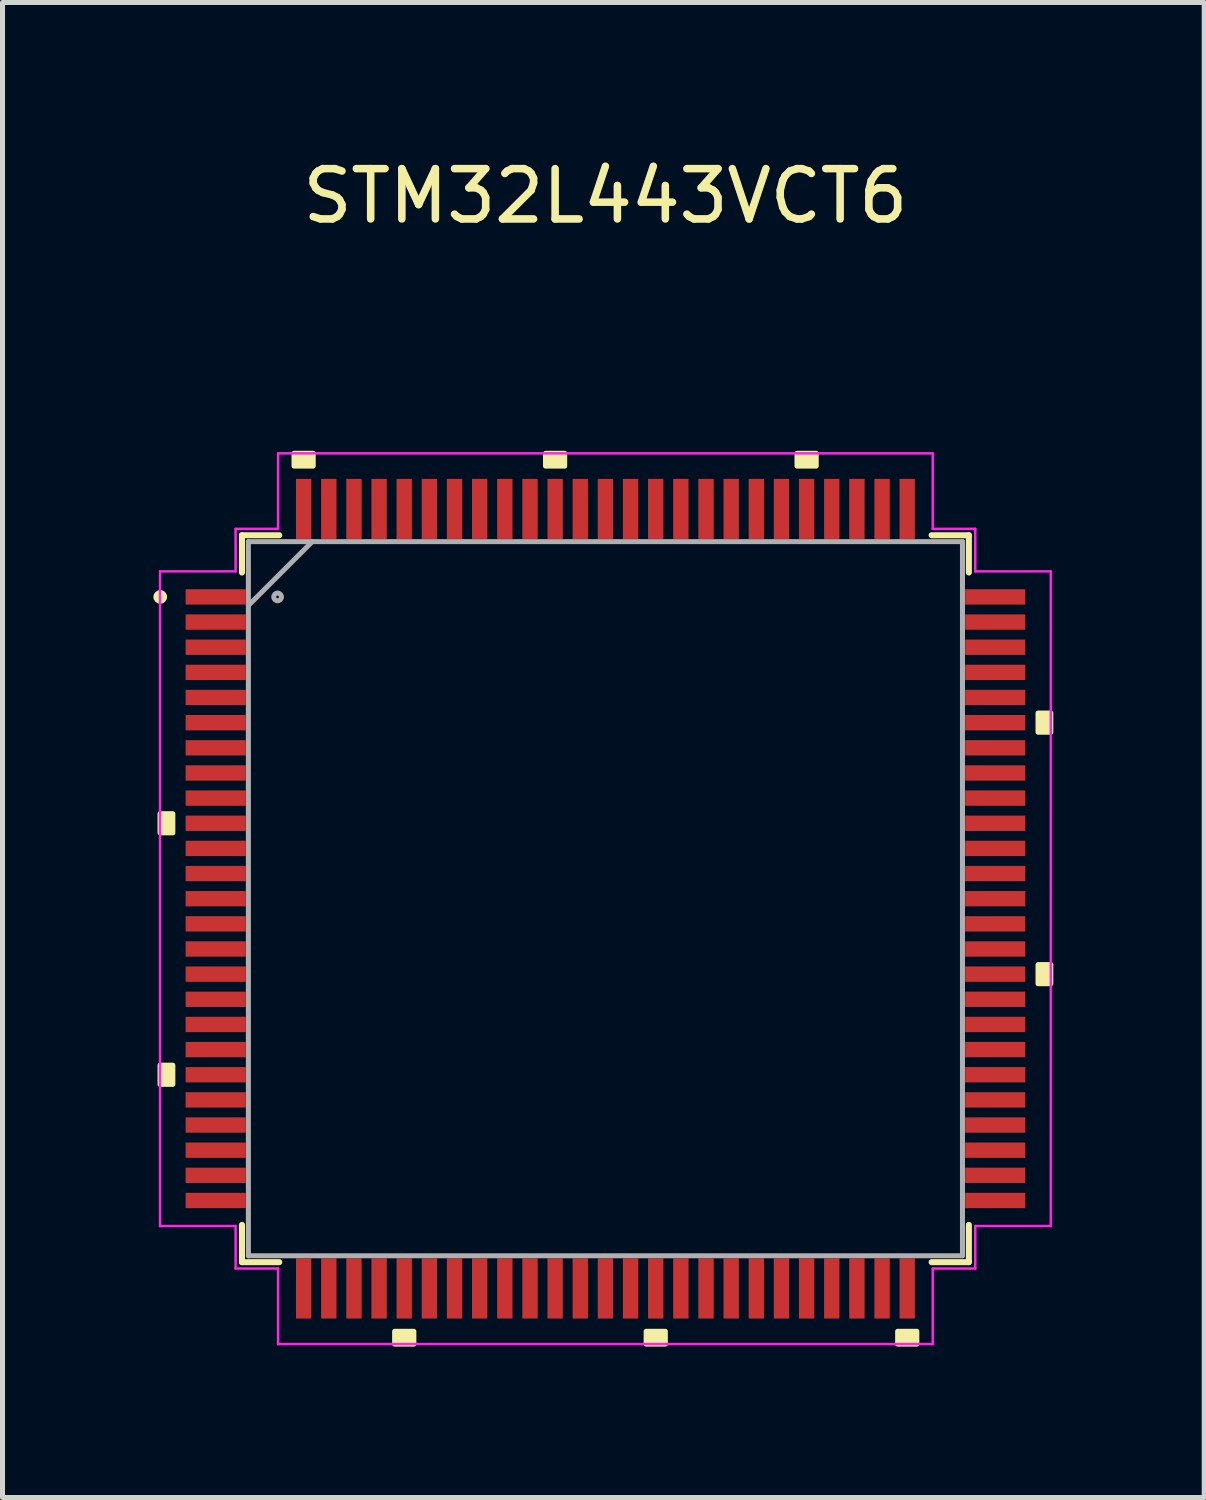
<source format=kicad_pcb>
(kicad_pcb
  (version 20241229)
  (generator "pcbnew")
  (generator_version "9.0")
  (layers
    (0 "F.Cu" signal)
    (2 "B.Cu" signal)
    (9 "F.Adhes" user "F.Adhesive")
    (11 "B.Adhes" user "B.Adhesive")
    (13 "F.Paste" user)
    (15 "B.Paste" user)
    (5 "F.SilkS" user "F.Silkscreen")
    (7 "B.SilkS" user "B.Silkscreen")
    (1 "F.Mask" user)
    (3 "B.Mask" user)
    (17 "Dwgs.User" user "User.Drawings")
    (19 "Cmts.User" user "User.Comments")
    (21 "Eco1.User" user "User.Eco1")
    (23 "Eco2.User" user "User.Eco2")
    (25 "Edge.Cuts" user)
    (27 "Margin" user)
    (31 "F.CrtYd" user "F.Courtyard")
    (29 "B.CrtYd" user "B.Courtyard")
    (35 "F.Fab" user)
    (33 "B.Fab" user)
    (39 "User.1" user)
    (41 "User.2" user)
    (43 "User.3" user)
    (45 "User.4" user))
  (footprint "STM32L443VCT6"
    (layer "F.Cu")
    (at 8.987 14.818)
    (property "Reference" "STM32L443VCT6" (at 0 -13.97 0) (layer "F.SilkS") (effects (font (size 1 1) (thickness 0.15))))
    (attr through_hole)
    (fp_line (start -7.226 -7.226) (end -7.226 -6.485) (stroke (width 0.12) (type solid)) (layer "F.SilkS"))
    (fp_line (start -7.226 6.485) (end -7.226 7.226) (stroke (width 0.12) (type solid)) (layer "F.SilkS"))
    (fp_line (start -7.226 7.226) (end -6.485 7.226) (stroke (width 0.12) (type solid)) (layer "F.SilkS"))
    (fp_line (start -6.485 -7.226) (end -7.226 -7.226) (stroke (width 0.12) (type solid)) (layer "F.SilkS"))
    (fp_line (start 6.485 7.226) (end 7.226 7.226) (stroke (width 0.12) (type solid)) (layer "F.SilkS"))
    (fp_line (start 7.226 -7.226) (end 6.485 -7.226) (stroke (width 0.12) (type solid)) (layer "F.SilkS"))
    (fp_line (start 7.226 -6.485) (end 7.226 -7.226) (stroke (width 0.12) (type solid)) (layer "F.SilkS"))
    (fp_line (start 7.226 7.226) (end 7.226 6.485) (stroke (width 0.12) (type solid)) (layer "F.SilkS"))
    (fp_circle (center -8.851 -6) (end -8.775 -6) (stroke (width 0.12) (type solid)) (fill no) (layer "F.SilkS"))
    (fp_poly (pts (xy -8.855 -1.69) (xy -8.855 -1.31) (xy -8.601 -1.31) (xy -8.601 -1.69)) (stroke (width 0.1) (type solid)) (fill yes) (layer "F.SilkS"))
    (fp_poly (pts (xy -8.855 3.31) (xy -8.855 3.691) (xy -8.601 3.691) (xy -8.601 3.31)) (stroke (width 0.1) (type solid)) (fill yes) (layer "F.SilkS"))
    (fp_poly (pts (xy -6.191 -8.601) (xy -6.191 -8.855) (xy -5.81 -8.855) (xy -5.81 -8.601)) (stroke (width 0.1) (type solid)) (fill yes) (layer "F.SilkS"))
    (fp_poly (pts (xy -4.191 8.601) (xy -4.191 8.855) (xy -3.809 8.855) (xy -3.809 8.601)) (stroke (width 0.1) (type solid)) (fill yes) (layer "F.SilkS"))
    (fp_poly (pts (xy -1.191 -8.601) (xy -1.191 -8.855) (xy -0.81 -8.855) (xy -0.81 -8.601)) (stroke (width 0.1) (type solid)) (fill yes) (layer "F.SilkS"))
    (fp_poly (pts (xy 0.81 8.601) (xy 0.81 8.855) (xy 1.191 8.855) (xy 1.191 8.601)) (stroke (width 0.1) (type solid)) (fill yes) (layer "F.SilkS"))
    (fp_poly (pts (xy 3.809 -8.601) (xy 3.809 -8.855) (xy 4.191 -8.855) (xy 4.191 -8.601)) (stroke (width 0.1) (type solid)) (fill yes) (layer "F.SilkS"))
    (fp_poly (pts (xy 5.81 8.601) (xy 5.81 8.855) (xy 6.191 8.855) (xy 6.191 8.601)) (stroke (width 0.1) (type solid)) (fill yes) (layer "F.SilkS"))
    (fp_poly (pts (xy 8.855 -3.691) (xy 8.855 -3.31) (xy 8.601 -3.31) (xy 8.601 -3.691)) (stroke (width 0.1) (type solid)) (fill yes) (layer "F.SilkS"))
    (fp_poly (pts (xy 8.855 1.31) (xy 8.855 1.69) (xy 8.601 1.69) (xy 8.601 1.31)) (stroke (width 0.1) (type solid)) (fill yes) (layer "F.SilkS"))
    (fp_line (start -8.855 -6.508) (end -7.353 -6.508) (stroke (width 0.05) (type solid)) (layer "F.CrtYd"))
    (fp_line (start -8.855 6.508) (end -8.855 -6.508) (stroke (width 0.05) (type solid)) (layer "F.CrtYd"))
    (fp_line (start -7.353 -7.353) (end -6.508 -7.353) (stroke (width 0.05) (type solid)) (layer "F.CrtYd"))
    (fp_line (start -7.353 -6.508) (end -7.353 -7.353) (stroke (width 0.05) (type solid)) (layer "F.CrtYd"))
    (fp_line (start -7.353 6.508) (end -8.855 6.508) (stroke (width 0.05) (type solid)) (layer "F.CrtYd"))
    (fp_line (start -7.353 7.353) (end -7.353 6.508) (stroke (width 0.05) (type solid)) (layer "F.CrtYd"))
    (fp_line (start -6.508 -8.855) (end 6.508 -8.855) (stroke (width 0.05) (type solid)) (layer "F.CrtYd"))
    (fp_line (start -6.508 -7.353) (end -6.508 -8.855) (stroke (width 0.05) (type solid)) (layer "F.CrtYd"))
    (fp_line (start -6.508 7.353) (end -7.353 7.353) (stroke (width 0.05) (type solid)) (layer "F.CrtYd"))
    (fp_line (start -6.508 8.855) (end -6.508 7.353) (stroke (width 0.05) (type solid)) (layer "F.CrtYd"))
    (fp_line (start 6.508 -8.855) (end 6.508 -7.353) (stroke (width 0.05) (type solid)) (layer "F.CrtYd"))
    (fp_line (start 6.508 -7.353) (end 7.353 -7.353) (stroke (width 0.05) (type solid)) (layer "F.CrtYd"))
    (fp_line (start 6.508 7.353) (end 6.508 8.855) (stroke (width 0.05) (type solid)) (layer "F.CrtYd"))
    (fp_line (start 6.508 8.855) (end -6.508 8.855) (stroke (width 0.05) (type solid)) (layer "F.CrtYd"))
    (fp_line (start 7.353 -7.353) (end 7.353 -6.508) (stroke (width 0.05) (type solid)) (layer "F.CrtYd"))
    (fp_line (start 7.353 -6.508) (end 8.855 -6.508) (stroke (width 0.05) (type solid)) (layer "F.CrtYd"))
    (fp_line (start 7.353 6.508) (end 7.353 7.353) (stroke (width 0.05) (type solid)) (layer "F.CrtYd"))
    (fp_line (start 7.353 7.353) (end 6.508 7.353) (stroke (width 0.05) (type solid)) (layer "F.CrtYd"))
    (fp_line (start 8.855 -6.508) (end 8.855 6.508) (stroke (width 0.05) (type solid)) (layer "F.CrtYd"))
    (fp_line (start 8.855 6.508) (end 7.353 6.508) (stroke (width 0.05) (type solid)) (layer "F.CrtYd"))
    (fp_line (start -7.099 -7.099) (end -7.099 7.099) (stroke (width 0.1) (type solid)) (layer "F.Fab"))
    (fp_line (start -7.099 -5.829) (end -5.829 -7.099) (stroke (width 0.1) (type solid)) (layer "F.Fab"))
    (fp_line (start -7.099 7.099) (end 7.099 7.099) (stroke (width 0.1) (type solid)) (layer "F.Fab"))
    (fp_line (start 7.099 -7.099) (end -7.099 -7.099) (stroke (width 0.1) (type solid)) (layer "F.Fab"))
    (fp_line (start 7.099 7.099) (end 7.099 -7.099) (stroke (width 0.1) (type solid)) (layer "F.Fab"))
    (fp_circle (center -6.518 -6) (end -6.442 -6) (stroke (width 0.1) (type solid)) (fill no) (layer "F.Fab"))
    (pad "1" smd rect (at -7.75 -6) (size 1.194 0.305) (layers "F.Cu" "F.Mask" "F.Paste"))
    (pad "2" smd rect (at -7.75 -5.5) (size 1.194 0.305) (layers "F.Cu" "F.Mask" "F.Paste"))
    (pad "3" smd rect (at -7.75 -5) (size 1.194 0.305) (layers "F.Cu" "F.Mask" "F.Paste"))
    (pad "4" smd rect (at -7.75 -4.5) (size 1.194 0.305) (layers "F.Cu" "F.Mask" "F.Paste"))
    (pad "5" smd rect (at -7.75 -4) (size 1.194 0.305) (layers "F.Cu" "F.Mask" "F.Paste"))
    (pad "6" smd rect (at -7.75 -3.5) (size 1.194 0.305) (layers "F.Cu" "F.Mask" "F.Paste"))
    (pad "7" smd rect (at -7.75 -3) (size 1.194 0.305) (layers "F.Cu" "F.Mask" "F.Paste"))
    (pad "8" smd rect (at -7.75 -2.5) (size 1.194 0.305) (layers "F.Cu" "F.Mask" "F.Paste"))
    (pad "9" smd rect (at -7.75 -2) (size 1.194 0.305) (layers "F.Cu" "F.Mask" "F.Paste"))
    (pad "10" smd rect (at -7.75 -1.5) (size 1.194 0.305) (layers "F.Cu" "F.Mask" "F.Paste"))
    (pad "11" smd rect (at -7.75 -1) (size 1.194 0.305) (layers "F.Cu" "F.Mask" "F.Paste"))
    (pad "12" smd rect (at -7.75 -0.5) (size 1.194 0.305) (layers "F.Cu" "F.Mask" "F.Paste"))
    (pad "13" smd rect (at -7.75 0) (size 1.194 0.305) (layers "F.Cu" "F.Mask" "F.Paste"))
    (pad "14" smd rect (at -7.75 0.5) (size 1.194 0.305) (layers "F.Cu" "F.Mask" "F.Paste"))
    (pad "15" smd rect (at -7.75 1) (size 1.194 0.305) (layers "F.Cu" "F.Mask" "F.Paste"))
    (pad "16" smd rect (at -7.75 1.5) (size 1.194 0.305) (layers "F.Cu" "F.Mask" "F.Paste"))
    (pad "17" smd rect (at -7.75 2) (size 1.194 0.305) (layers "F.Cu" "F.Mask" "F.Paste"))
    (pad "18" smd rect (at -7.75 2.5) (size 1.194 0.305) (layers "F.Cu" "F.Mask" "F.Paste"))
    (pad "19" smd rect (at -7.75 3) (size 1.194 0.305) (layers "F.Cu" "F.Mask" "F.Paste"))
    (pad "20" smd rect (at -7.75 3.5) (size 1.194 0.305) (layers "F.Cu" "F.Mask" "F.Paste"))
    (pad "21" smd rect (at -7.75 4) (size 1.194 0.305) (layers "F.Cu" "F.Mask" "F.Paste"))
    (pad "22" smd rect (at -7.75 4.5) (size 1.194 0.305) (layers "F.Cu" "F.Mask" "F.Paste"))
    (pad "23" smd rect (at -7.75 5) (size 1.194 0.305) (layers "F.Cu" "F.Mask" "F.Paste"))
    (pad "24" smd rect (at -7.75 5.5) (size 1.194 0.305) (layers "F.Cu" "F.Mask" "F.Paste"))
    (pad "25" smd rect (at -7.75 6) (size 1.194 0.305) (layers "F.Cu" "F.Mask" "F.Paste"))
    (pad "26" smd rect (at -6 7.75 90) (size 1.194 0.305) (layers "F.Cu" "F.Mask" "F.Paste"))
    (pad "27" smd rect (at -5.5 7.75 90) (size 1.194 0.305) (layers "F.Cu" "F.Mask" "F.Paste"))
    (pad "28" smd rect (at -5 7.75 90) (size 1.194 0.305) (layers "F.Cu" "F.Mask" "F.Paste"))
    (pad "29" smd rect (at -4.5 7.75 90) (size 1.194 0.305) (layers "F.Cu" "F.Mask" "F.Paste"))
    (pad "30" smd rect (at -4 7.75 90) (size 1.194 0.305) (layers "F.Cu" "F.Mask" "F.Paste"))
    (pad "31" smd rect (at -3.5 7.75 90) (size 1.194 0.305) (layers "F.Cu" "F.Mask" "F.Paste"))
    (pad "32" smd rect (at -3 7.75 90) (size 1.194 0.305) (layers "F.Cu" "F.Mask" "F.Paste"))
    (pad "33" smd rect (at -2.5 7.75 90) (size 1.194 0.305) (layers "F.Cu" "F.Mask" "F.Paste"))
    (pad "34" smd rect (at -2 7.75 90) (size 1.194 0.305) (layers "F.Cu" "F.Mask" "F.Paste"))
    (pad "35" smd rect (at -1.5 7.75 90) (size 1.194 0.305) (layers "F.Cu" "F.Mask" "F.Paste"))
    (pad "36" smd rect (at -1 7.75 90) (size 1.194 0.305) (layers "F.Cu" "F.Mask" "F.Paste"))
    (pad "37" smd rect (at -0.5 7.75 90) (size 1.194 0.305) (layers "F.Cu" "F.Mask" "F.Paste"))
    (pad "38" smd rect (at 0 7.75 90) (size 1.194 0.305) (layers "F.Cu" "F.Mask" "F.Paste"))
    (pad "39" smd rect (at 0.5 7.75 90) (size 1.194 0.305) (layers "F.Cu" "F.Mask" "F.Paste"))
    (pad "40" smd rect (at 1 7.75 90) (size 1.194 0.305) (layers "F.Cu" "F.Mask" "F.Paste"))
    (pad "41" smd rect (at 1.5 7.75 90) (size 1.194 0.305) (layers "F.Cu" "F.Mask" "F.Paste"))
    (pad "42" smd rect (at 2 7.75 90) (size 1.194 0.305) (layers "F.Cu" "F.Mask" "F.Paste"))
    (pad "43" smd rect (at 2.5 7.75 90) (size 1.194 0.305) (layers "F.Cu" "F.Mask" "F.Paste"))
    (pad "44" smd rect (at 3 7.75 90) (size 1.194 0.305) (layers "F.Cu" "F.Mask" "F.Paste"))
    (pad "45" smd rect (at 3.5 7.75 90) (size 1.194 0.305) (layers "F.Cu" "F.Mask" "F.Paste"))
    (pad "46" smd rect (at 4 7.75 90) (size 1.194 0.305) (layers "F.Cu" "F.Mask" "F.Paste"))
    (pad "47" smd rect (at 4.5 7.75 90) (size 1.194 0.305) (layers "F.Cu" "F.Mask" "F.Paste"))
    (pad "48" smd rect (at 5 7.75 90) (size 1.194 0.305) (layers "F.Cu" "F.Mask" "F.Paste"))
    (pad "49" smd rect (at 5.5 7.75 90) (size 1.194 0.305) (layers "F.Cu" "F.Mask" "F.Paste"))
    (pad "50" smd rect (at 6 7.75 90) (size 1.194 0.305) (layers "F.Cu" "F.Mask" "F.Paste"))
    (pad "51" smd rect (at 7.75 6) (size 1.194 0.305) (layers "F.Cu" "F.Mask" "F.Paste"))
    (pad "52" smd rect (at 7.75 5.5) (size 1.194 0.305) (layers "F.Cu" "F.Mask" "F.Paste"))
    (pad "53" smd rect (at 7.75 5) (size 1.194 0.305) (layers "F.Cu" "F.Mask" "F.Paste"))
    (pad "54" smd rect (at 7.75 4.5) (size 1.194 0.305) (layers "F.Cu" "F.Mask" "F.Paste"))
    (pad "55" smd rect (at 7.75 4) (size 1.194 0.305) (layers "F.Cu" "F.Mask" "F.Paste"))
    (pad "56" smd rect (at 7.75 3.5) (size 1.194 0.305) (layers "F.Cu" "F.Mask" "F.Paste"))
    (pad "57" smd rect (at 7.75 3) (size 1.194 0.305) (layers "F.Cu" "F.Mask" "F.Paste"))
    (pad "58" smd rect (at 7.75 2.5) (size 1.194 0.305) (layers "F.Cu" "F.Mask" "F.Paste"))
    (pad "59" smd rect (at 7.75 2) (size 1.194 0.305) (layers "F.Cu" "F.Mask" "F.Paste"))
    (pad "60" smd rect (at 7.75 1.5) (size 1.194 0.305) (layers "F.Cu" "F.Mask" "F.Paste"))
    (pad "61" smd rect (at 7.75 1) (size 1.194 0.305) (layers "F.Cu" "F.Mask" "F.Paste"))
    (pad "62" smd rect (at 7.75 0.5) (size 1.194 0.305) (layers "F.Cu" "F.Mask" "F.Paste"))
    (pad "63" smd rect (at 7.75 0) (size 1.194 0.305) (layers "F.Cu" "F.Mask" "F.Paste"))
    (pad "64" smd rect (at 7.75 -0.5) (size 1.194 0.305) (layers "F.Cu" "F.Mask" "F.Paste"))
    (pad "65" smd rect (at 7.75 -1) (size 1.194 0.305) (layers "F.Cu" "F.Mask" "F.Paste"))
    (pad "66" smd rect (at 7.75 -1.5) (size 1.194 0.305) (layers "F.Cu" "F.Mask" "F.Paste"))
    (pad "67" smd rect (at 7.75 -2) (size 1.194 0.305) (layers "F.Cu" "F.Mask" "F.Paste"))
    (pad "68" smd rect (at 7.75 -2.5) (size 1.194 0.305) (layers "F.Cu" "F.Mask" "F.Paste"))
    (pad "69" smd rect (at 7.75 -3) (size 1.194 0.305) (layers "F.Cu" "F.Mask" "F.Paste"))
    (pad "70" smd rect (at 7.75 -3.5) (size 1.194 0.305) (layers "F.Cu" "F.Mask" "F.Paste"))
    (pad "71" smd rect (at 7.75 -4) (size 1.194 0.305) (layers "F.Cu" "F.Mask" "F.Paste"))
    (pad "72" smd rect (at 7.75 -4.5) (size 1.194 0.305) (layers "F.Cu" "F.Mask" "F.Paste"))
    (pad "73" smd rect (at 7.75 -5) (size 1.194 0.305) (layers "F.Cu" "F.Mask" "F.Paste"))
    (pad "74" smd rect (at 7.75 -5.5) (size 1.194 0.305) (layers "F.Cu" "F.Mask" "F.Paste"))
    (pad "75" smd rect (at 7.75 -6) (size 1.194 0.305) (layers "F.Cu" "F.Mask" "F.Paste"))
    (pad "76" smd rect (at 6 -7.75 90) (size 1.194 0.305) (layers "F.Cu" "F.Mask" "F.Paste"))
    (pad "77" smd rect (at 5.5 -7.75 90) (size 1.194 0.305) (layers "F.Cu" "F.Mask" "F.Paste"))
    (pad "78" smd rect (at 5 -7.75 90) (size 1.194 0.305) (layers "F.Cu" "F.Mask" "F.Paste"))
    (pad "79" smd rect (at 4.5 -7.75 90) (size 1.194 0.305) (layers "F.Cu" "F.Mask" "F.Paste"))
    (pad "80" smd rect (at 4 -7.75 90) (size 1.194 0.305) (layers "F.Cu" "F.Mask" "F.Paste"))
    (pad "81" smd rect (at 3.5 -7.75 90) (size 1.194 0.305) (layers "F.Cu" "F.Mask" "F.Paste"))
    (pad "82" smd rect (at 3 -7.75 90) (size 1.194 0.305) (layers "F.Cu" "F.Mask" "F.Paste"))
    (pad "83" smd rect (at 2.5 -7.75 90) (size 1.194 0.305) (layers "F.Cu" "F.Mask" "F.Paste"))
    (pad "84" smd rect (at 2 -7.75 90) (size 1.194 0.305) (layers "F.Cu" "F.Mask" "F.Paste"))
    (pad "85" smd rect (at 1.5 -7.75 90) (size 1.194 0.305) (layers "F.Cu" "F.Mask" "F.Paste"))
    (pad "86" smd rect (at 1 -7.75 90) (size 1.194 0.305) (layers "F.Cu" "F.Mask" "F.Paste"))
    (pad "87" smd rect (at 0.5 -7.75 90) (size 1.194 0.305) (layers "F.Cu" "F.Mask" "F.Paste"))
    (pad "88" smd rect (at 0 -7.75 90) (size 1.194 0.305) (layers "F.Cu" "F.Mask" "F.Paste"))
    (pad "89" smd rect (at -0.5 -7.75 90) (size 1.194 0.305) (layers "F.Cu" "F.Mask" "F.Paste"))
    (pad "90" smd rect (at -1 -7.75 90) (size 1.194 0.305) (layers "F.Cu" "F.Mask" "F.Paste"))
    (pad "91" smd rect (at -1.5 -7.75 90) (size 1.194 0.305) (layers "F.Cu" "F.Mask" "F.Paste"))
    (pad "92" smd rect (at -2 -7.75 90) (size 1.194 0.305) (layers "F.Cu" "F.Mask" "F.Paste"))
    (pad "93" smd rect (at -2.5 -7.75 90) (size 1.194 0.305) (layers "F.Cu" "F.Mask" "F.Paste"))
    (pad "94" smd rect (at -3 -7.75 90) (size 1.194 0.305) (layers "F.Cu" "F.Mask" "F.Paste"))
    (pad "95" smd rect (at -3.5 -7.75 90) (size 1.194 0.305) (layers "F.Cu" "F.Mask" "F.Paste"))
    (pad "96" smd rect (at -4 -7.75 90) (size 1.194 0.305) (layers "F.Cu" "F.Mask" "F.Paste"))
    (pad "97" smd rect (at -4.5 -7.75 90) (size 1.194 0.305) (layers "F.Cu" "F.Mask" "F.Paste"))
    (pad "98" smd rect (at -5 -7.75 90) (size 1.194 0.305) (layers "F.Cu" "F.Mask" "F.Paste"))
    (pad "99" smd rect (at -5.5 -7.75 90) (size 1.194 0.305) (layers "F.Cu" "F.Mask" "F.Paste"))
    (pad "100" smd rect (at -6 -7.75 90) (size 1.194 0.305) (layers "F.Cu" "F.Mask" "F.Paste")))
  (gr_rect
    (start -3 -3)
    (end 20.892 26.723)
    (stroke (width 0.1) (type default))
    (fill no)
    (layer "Edge.Cuts")))
</source>
